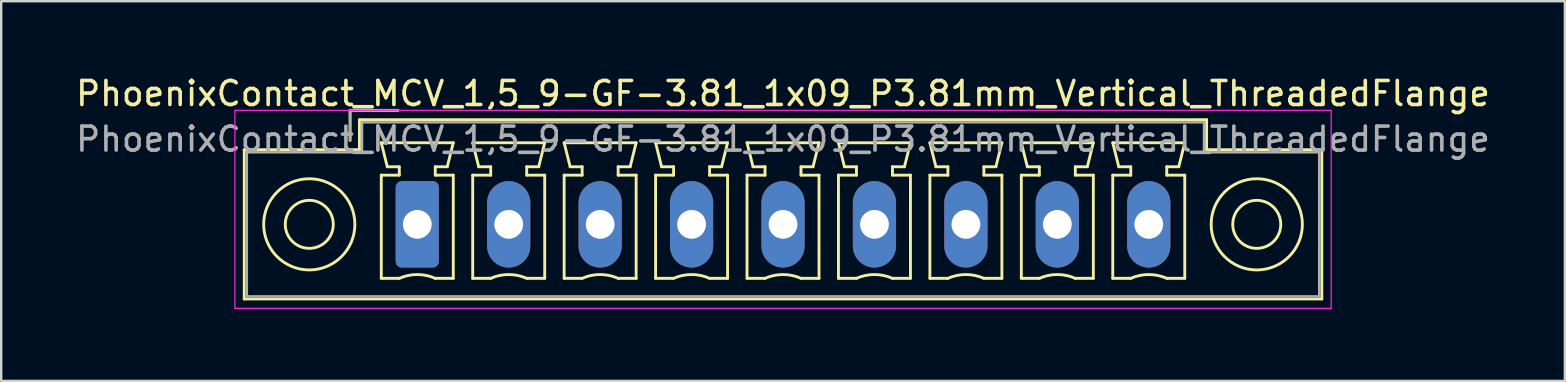
<source format=kicad_pcb>
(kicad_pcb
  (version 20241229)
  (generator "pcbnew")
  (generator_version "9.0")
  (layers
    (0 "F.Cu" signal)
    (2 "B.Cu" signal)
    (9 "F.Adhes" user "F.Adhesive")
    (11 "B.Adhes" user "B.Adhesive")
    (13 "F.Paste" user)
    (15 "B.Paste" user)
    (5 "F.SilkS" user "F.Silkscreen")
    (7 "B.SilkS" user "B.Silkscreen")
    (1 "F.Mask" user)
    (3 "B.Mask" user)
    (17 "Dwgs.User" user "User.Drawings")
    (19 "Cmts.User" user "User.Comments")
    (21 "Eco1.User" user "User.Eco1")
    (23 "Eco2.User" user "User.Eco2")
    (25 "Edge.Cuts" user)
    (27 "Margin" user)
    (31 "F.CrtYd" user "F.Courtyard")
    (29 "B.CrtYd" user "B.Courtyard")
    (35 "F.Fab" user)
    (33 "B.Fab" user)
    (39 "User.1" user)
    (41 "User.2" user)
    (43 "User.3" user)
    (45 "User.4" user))
  (footprint "PhoenixContact_MCV_1,5_9-GF-3.81_1x09_P3.81mm_Vertical_ThreadedFlange"
    (layer "F.Cu")
    (at 14.337 6.298)
    (property "Reference" "PhoenixContact_MCV_1,5_9-GF-3.81_1x09_P3.81mm_Vertical_ThreadedFlange" (at 15.24 -5.45 0) (layer "F.SilkS") (effects (font (size 1 1) (thickness 0.15))))
    (attr through_hole)
    (fp_line (start -7.21 -3.11) (end -7.21 3.11) (stroke (width 0.12) (type solid)) (layer "F.SilkS"))
    (fp_line (start -7.21 3.11) (end 37.69 3.11) (stroke (width 0.12) (type solid)) (layer "F.SilkS"))
    (fp_line (start -2.8 -4.75) (end -0.8 -4.75) (stroke (width 0.12) (type solid)) (layer "F.SilkS"))
    (fp_line (start -2.8 -3.5) (end -2.8 -4.75) (stroke (width 0.12) (type solid)) (layer "F.SilkS"))
    (fp_line (start -2.41 -4.36) (end -2.41 -3.11) (stroke (width 0.12) (type solid)) (layer "F.SilkS"))
    (fp_line (start -2.41 -3.11) (end -7.21 -3.11) (stroke (width 0.12) (type solid)) (layer "F.SilkS"))
    (fp_line (start -1.5 -3.4) (end 1.5 -3.4) (stroke (width 0.12) (type solid)) (layer "F.SilkS"))
    (fp_line (start -1.5 -2.05) (end -0.75 -2.05) (stroke (width 0.12) (type solid)) (layer "F.SilkS"))
    (fp_line (start -1.5 2.25) (end -1.5 -2.05) (stroke (width 0.12) (type solid)) (layer "F.SilkS"))
    (fp_line (start -1.25 -2.4) (end -1.5 -3.4) (stroke (width 0.12) (type solid)) (layer "F.SilkS"))
    (fp_line (start -0.75 -2.4) (end -1.25 -2.4) (stroke (width 0.12) (type solid)) (layer "F.SilkS"))
    (fp_line (start -0.75 -2.05) (end -0.75 -2.4) (stroke (width 0.12) (type solid)) (layer "F.SilkS"))
    (fp_line (start -0.75 2.25) (end -1.5 2.25) (stroke (width 0.12) (type solid)) (layer "F.SilkS"))
    (fp_line (start 0.75 -2.4) (end 0.75 -2.05) (stroke (width 0.12) (type solid)) (layer "F.SilkS"))
    (fp_line (start 0.75 -2.05) (end 1.5 -2.05) (stroke (width 0.12) (type solid)) (layer "F.SilkS"))
    (fp_line (start 1.25 -2.4) (end 0.75 -2.4) (stroke (width 0.12) (type solid)) (layer "F.SilkS"))
    (fp_line (start 1.5 -3.4) (end 1.25 -2.4) (stroke (width 0.12) (type solid)) (layer "F.SilkS"))
    (fp_line (start 1.5 -2.05) (end 1.5 2.25) (stroke (width 0.12) (type solid)) (layer "F.SilkS"))
    (fp_line (start 1.5 2.25) (end 0.75 2.25) (stroke (width 0.12) (type solid)) (layer "F.SilkS"))
    (fp_line (start 2.31 -3.4) (end 5.31 -3.4) (stroke (width 0.12) (type solid)) (layer "F.SilkS"))
    (fp_line (start 2.31 -2.05) (end 3.06 -2.05) (stroke (width 0.12) (type solid)) (layer "F.SilkS"))
    (fp_line (start 2.31 2.25) (end 2.31 -2.05) (stroke (width 0.12) (type solid)) (layer "F.SilkS"))
    (fp_line (start 2.56 -2.4) (end 2.31 -3.4) (stroke (width 0.12) (type solid)) (layer "F.SilkS"))
    (fp_line (start 3.06 -2.4) (end 2.56 -2.4) (stroke (width 0.12) (type solid)) (layer "F.SilkS"))
    (fp_line (start 3.06 -2.05) (end 3.06 -2.4) (stroke (width 0.12) (type solid)) (layer "F.SilkS"))
    (fp_line (start 3.06 2.25) (end 2.31 2.25) (stroke (width 0.12) (type solid)) (layer "F.SilkS"))
    (fp_line (start 4.56 -2.4) (end 4.56 -2.05) (stroke (width 0.12) (type solid)) (layer "F.SilkS"))
    (fp_line (start 4.56 -2.05) (end 5.31 -2.05) (stroke (width 0.12) (type solid)) (layer "F.SilkS"))
    (fp_line (start 5.06 -2.4) (end 4.56 -2.4) (stroke (width 0.12) (type solid)) (layer "F.SilkS"))
    (fp_line (start 5.31 -3.4) (end 5.06 -2.4) (stroke (width 0.12) (type solid)) (layer "F.SilkS"))
    (fp_line (start 5.31 -2.05) (end 5.31 2.25) (stroke (width 0.12) (type solid)) (layer "F.SilkS"))
    (fp_line (start 5.31 2.25) (end 4.56 2.25) (stroke (width 0.12) (type solid)) (layer "F.SilkS"))
    (fp_line (start 6.12 -3.4) (end 9.12 -3.4) (stroke (width 0.12) (type solid)) (layer "F.SilkS"))
    (fp_line (start 6.12 -2.05) (end 6.87 -2.05) (stroke (width 0.12) (type solid)) (layer "F.SilkS"))
    (fp_line (start 6.12 2.25) (end 6.12 -2.05) (stroke (width 0.12) (type solid)) (layer "F.SilkS"))
    (fp_line (start 6.37 -2.4) (end 6.12 -3.4) (stroke (width 0.12) (type solid)) (layer "F.SilkS"))
    (fp_line (start 6.87 -2.4) (end 6.37 -2.4) (stroke (width 0.12) (type solid)) (layer "F.SilkS"))
    (fp_line (start 6.87 -2.05) (end 6.87 -2.4) (stroke (width 0.12) (type solid)) (layer "F.SilkS"))
    (fp_line (start 6.87 2.25) (end 6.12 2.25) (stroke (width 0.12) (type solid)) (layer "F.SilkS"))
    (fp_line (start 8.37 -2.4) (end 8.37 -2.05) (stroke (width 0.12) (type solid)) (layer "F.SilkS"))
    (fp_line (start 8.37 -2.05) (end 9.12 -2.05) (stroke (width 0.12) (type solid)) (layer "F.SilkS"))
    (fp_line (start 8.87 -2.4) (end 8.37 -2.4) (stroke (width 0.12) (type solid)) (layer "F.SilkS"))
    (fp_line (start 9.12 -3.4) (end 8.87 -2.4) (stroke (width 0.12) (type solid)) (layer "F.SilkS"))
    (fp_line (start 9.12 -2.05) (end 9.12 2.25) (stroke (width 0.12) (type solid)) (layer "F.SilkS"))
    (fp_line (start 9.12 2.25) (end 8.37 2.25) (stroke (width 0.12) (type solid)) (layer "F.SilkS"))
    (fp_line (start 9.93 -3.4) (end 12.93 -3.4) (stroke (width 0.12) (type solid)) (layer "F.SilkS"))
    (fp_line (start 9.93 -2.05) (end 10.68 -2.05) (stroke (width 0.12) (type solid)) (layer "F.SilkS"))
    (fp_line (start 9.93 2.25) (end 9.93 -2.05) (stroke (width 0.12) (type solid)) (layer "F.SilkS"))
    (fp_line (start 10.18 -2.4) (end 9.93 -3.4) (stroke (width 0.12) (type solid)) (layer "F.SilkS"))
    (fp_line (start 10.68 -2.4) (end 10.18 -2.4) (stroke (width 0.12) (type solid)) (layer "F.SilkS"))
    (fp_line (start 10.68 -2.05) (end 10.68 -2.4) (stroke (width 0.12) (type solid)) (layer "F.SilkS"))
    (fp_line (start 10.68 2.25) (end 9.93 2.25) (stroke (width 0.12) (type solid)) (layer "F.SilkS"))
    (fp_line (start 12.18 -2.4) (end 12.18 -2.05) (stroke (width 0.12) (type solid)) (layer "F.SilkS"))
    (fp_line (start 12.18 -2.05) (end 12.93 -2.05) (stroke (width 0.12) (type solid)) (layer "F.SilkS"))
    (fp_line (start 12.68 -2.4) (end 12.18 -2.4) (stroke (width 0.12) (type solid)) (layer "F.SilkS"))
    (fp_line (start 12.93 -3.4) (end 12.68 -2.4) (stroke (width 0.12) (type solid)) (layer "F.SilkS"))
    (fp_line (start 12.93 -2.05) (end 12.93 2.25) (stroke (width 0.12) (type solid)) (layer "F.SilkS"))
    (fp_line (start 12.93 2.25) (end 12.18 2.25) (stroke (width 0.12) (type solid)) (layer "F.SilkS"))
    (fp_line (start 13.74 -3.4) (end 16.74 -3.4) (stroke (width 0.12) (type solid)) (layer "F.SilkS"))
    (fp_line (start 13.74 -2.05) (end 14.49 -2.05) (stroke (width 0.12) (type solid)) (layer "F.SilkS"))
    (fp_line (start 13.74 2.25) (end 13.74 -2.05) (stroke (width 0.12) (type solid)) (layer "F.SilkS"))
    (fp_line (start 13.99 -2.4) (end 13.74 -3.4) (stroke (width 0.12) (type solid)) (layer "F.SilkS"))
    (fp_line (start 14.49 -2.4) (end 13.99 -2.4) (stroke (width 0.12) (type solid)) (layer "F.SilkS"))
    (fp_line (start 14.49 -2.05) (end 14.49 -2.4) (stroke (width 0.12) (type solid)) (layer "F.SilkS"))
    (fp_line (start 14.49 2.25) (end 13.74 2.25) (stroke (width 0.12) (type solid)) (layer "F.SilkS"))
    (fp_line (start 15.99 -2.4) (end 15.99 -2.05) (stroke (width 0.12) (type solid)) (layer "F.SilkS"))
    (fp_line (start 15.99 -2.05) (end 16.74 -2.05) (stroke (width 0.12) (type solid)) (layer "F.SilkS"))
    (fp_line (start 16.49 -2.4) (end 15.99 -2.4) (stroke (width 0.12) (type solid)) (layer "F.SilkS"))
    (fp_line (start 16.74 -3.4) (end 16.49 -2.4) (stroke (width 0.12) (type solid)) (layer "F.SilkS"))
    (fp_line (start 16.74 -2.05) (end 16.74 2.25) (stroke (width 0.12) (type solid)) (layer "F.SilkS"))
    (fp_line (start 16.74 2.25) (end 15.99 2.25) (stroke (width 0.12) (type solid)) (layer "F.SilkS"))
    (fp_line (start 17.55 -3.4) (end 20.55 -3.4) (stroke (width 0.12) (type solid)) (layer "F.SilkS"))
    (fp_line (start 17.55 -2.05) (end 18.3 -2.05) (stroke (width 0.12) (type solid)) (layer "F.SilkS"))
    (fp_line (start 17.55 2.25) (end 17.55 -2.05) (stroke (width 0.12) (type solid)) (layer "F.SilkS"))
    (fp_line (start 17.8 -2.4) (end 17.55 -3.4) (stroke (width 0.12) (type solid)) (layer "F.SilkS"))
    (fp_line (start 18.3 -2.4) (end 17.8 -2.4) (stroke (width 0.12) (type solid)) (layer "F.SilkS"))
    (fp_line (start 18.3 -2.05) (end 18.3 -2.4) (stroke (width 0.12) (type solid)) (layer "F.SilkS"))
    (fp_line (start 18.3 2.25) (end 17.55 2.25) (stroke (width 0.12) (type solid)) (layer "F.SilkS"))
    (fp_line (start 19.8 -2.4) (end 19.8 -2.05) (stroke (width 0.12) (type solid)) (layer "F.SilkS"))
    (fp_line (start 19.8 -2.05) (end 20.55 -2.05) (stroke (width 0.12) (type solid)) (layer "F.SilkS"))
    (fp_line (start 20.3 -2.4) (end 19.8 -2.4) (stroke (width 0.12) (type solid)) (layer "F.SilkS"))
    (fp_line (start 20.55 -3.4) (end 20.3 -2.4) (stroke (width 0.12) (type solid)) (layer "F.SilkS"))
    (fp_line (start 20.55 -2.05) (end 20.55 2.25) (stroke (width 0.12) (type solid)) (layer "F.SilkS"))
    (fp_line (start 20.55 2.25) (end 19.8 2.25) (stroke (width 0.12) (type solid)) (layer "F.SilkS"))
    (fp_line (start 21.36 -3.4) (end 24.36 -3.4) (stroke (width 0.12) (type solid)) (layer "F.SilkS"))
    (fp_line (start 21.36 -2.05) (end 22.11 -2.05) (stroke (width 0.12) (type solid)) (layer "F.SilkS"))
    (fp_line (start 21.36 2.25) (end 21.36 -2.05) (stroke (width 0.12) (type solid)) (layer "F.SilkS"))
    (fp_line (start 21.61 -2.4) (end 21.36 -3.4) (stroke (width 0.12) (type solid)) (layer "F.SilkS"))
    (fp_line (start 22.11 -2.4) (end 21.61 -2.4) (stroke (width 0.12) (type solid)) (layer "F.SilkS"))
    (fp_line (start 22.11 -2.05) (end 22.11 -2.4) (stroke (width 0.12) (type solid)) (layer "F.SilkS"))
    (fp_line (start 22.11 2.25) (end 21.36 2.25) (stroke (width 0.12) (type solid)) (layer "F.SilkS"))
    (fp_line (start 23.61 -2.4) (end 23.61 -2.05) (stroke (width 0.12) (type solid)) (layer "F.SilkS"))
    (fp_line (start 23.61 -2.05) (end 24.36 -2.05) (stroke (width 0.12) (type solid)) (layer "F.SilkS"))
    (fp_line (start 24.11 -2.4) (end 23.61 -2.4) (stroke (width 0.12) (type solid)) (layer "F.SilkS"))
    (fp_line (start 24.36 -3.4) (end 24.11 -2.4) (stroke (width 0.12) (type solid)) (layer "F.SilkS"))
    (fp_line (start 24.36 -2.05) (end 24.36 2.25) (stroke (width 0.12) (type solid)) (layer "F.SilkS"))
    (fp_line (start 24.36 2.25) (end 23.61 2.25) (stroke (width 0.12) (type solid)) (layer "F.SilkS"))
    (fp_line (start 25.17 -3.4) (end 28.17 -3.4) (stroke (width 0.12) (type solid)) (layer "F.SilkS"))
    (fp_line (start 25.17 -2.05) (end 25.92 -2.05) (stroke (width 0.12) (type solid)) (layer "F.SilkS"))
    (fp_line (start 25.17 2.25) (end 25.17 -2.05) (stroke (width 0.12) (type solid)) (layer "F.SilkS"))
    (fp_line (start 25.42 -2.4) (end 25.17 -3.4) (stroke (width 0.12) (type solid)) (layer "F.SilkS"))
    (fp_line (start 25.92 -2.4) (end 25.42 -2.4) (stroke (width 0.12) (type solid)) (layer "F.SilkS"))
    (fp_line (start 25.92 -2.05) (end 25.92 -2.4) (stroke (width 0.12) (type solid)) (layer "F.SilkS"))
    (fp_line (start 25.92 2.25) (end 25.17 2.25) (stroke (width 0.12) (type solid)) (layer "F.SilkS"))
    (fp_line (start 27.42 -2.4) (end 27.42 -2.05) (stroke (width 0.12) (type solid)) (layer "F.SilkS"))
    (fp_line (start 27.42 -2.05) (end 28.17 -2.05) (stroke (width 0.12) (type solid)) (layer "F.SilkS"))
    (fp_line (start 27.92 -2.4) (end 27.42 -2.4) (stroke (width 0.12) (type solid)) (layer "F.SilkS"))
    (fp_line (start 28.17 -3.4) (end 27.92 -2.4) (stroke (width 0.12) (type solid)) (layer "F.SilkS"))
    (fp_line (start 28.17 -2.05) (end 28.17 2.25) (stroke (width 0.12) (type solid)) (layer "F.SilkS"))
    (fp_line (start 28.17 2.25) (end 27.42 2.25) (stroke (width 0.12) (type solid)) (layer "F.SilkS"))
    (fp_line (start 28.98 -3.4) (end 31.98 -3.4) (stroke (width 0.12) (type solid)) (layer "F.SilkS"))
    (fp_line (start 28.98 -2.05) (end 29.73 -2.05) (stroke (width 0.12) (type solid)) (layer "F.SilkS"))
    (fp_line (start 28.98 2.25) (end 28.98 -2.05) (stroke (width 0.12) (type solid)) (layer "F.SilkS"))
    (fp_line (start 29.23 -2.4) (end 28.98 -3.4) (stroke (width 0.12) (type solid)) (layer "F.SilkS"))
    (fp_line (start 29.73 -2.4) (end 29.23 -2.4) (stroke (width 0.12) (type solid)) (layer "F.SilkS"))
    (fp_line (start 29.73 -2.05) (end 29.73 -2.4) (stroke (width 0.12) (type solid)) (layer "F.SilkS"))
    (fp_line (start 29.73 2.25) (end 28.98 2.25) (stroke (width 0.12) (type solid)) (layer "F.SilkS"))
    (fp_line (start 31.23 -2.4) (end 31.23 -2.05) (stroke (width 0.12) (type solid)) (layer "F.SilkS"))
    (fp_line (start 31.23 -2.05) (end 31.98 -2.05) (stroke (width 0.12) (type solid)) (layer "F.SilkS"))
    (fp_line (start 31.73 -2.4) (end 31.23 -2.4) (stroke (width 0.12) (type solid)) (layer "F.SilkS"))
    (fp_line (start 31.98 -3.4) (end 31.73 -2.4) (stroke (width 0.12) (type solid)) (layer "F.SilkS"))
    (fp_line (start 31.98 -2.05) (end 31.98 2.25) (stroke (width 0.12) (type solid)) (layer "F.SilkS"))
    (fp_line (start 31.98 2.25) (end 31.23 2.25) (stroke (width 0.12) (type solid)) (layer "F.SilkS"))
    (fp_line (start 32.89 -4.36) (end -2.41 -4.36) (stroke (width 0.12) (type solid)) (layer "F.SilkS"))
    (fp_line (start 32.89 -3.11) (end 32.89 -4.36) (stroke (width 0.12) (type solid)) (layer "F.SilkS"))
    (fp_line (start 37.69 -3.11) (end 32.89 -3.11) (stroke (width 0.12) (type solid)) (layer "F.SilkS"))
    (fp_line (start 37.69 3.11) (end 37.69 -3.11) (stroke (width 0.12) (type solid)) (layer "F.SilkS"))
    (fp_arc (start -0.75 2.25) (mid -0.000193 2.09191) (end 0.749647 2.249844) (stroke (width 0.12) (type solid)) (layer "F.SilkS"))
    (fp_arc (start 3.06 2.25) (mid 3.809807 2.09191) (end 4.559647 2.249844) (stroke (width 0.12) (type solid)) (layer "F.SilkS"))
    (fp_arc (start 6.87 2.25) (mid 7.619807 2.09191) (end 8.369647 2.249844) (stroke (width 0.12) (type solid)) (layer "F.SilkS"))
    (fp_arc (start 10.68 2.25) (mid 11.429807 2.09191) (end 12.179647 2.249844) (stroke (width 0.12) (type solid)) (layer "F.SilkS"))
    (fp_arc (start 14.49 2.25) (mid 15.239807 2.09191) (end 15.989647 2.249844) (stroke (width 0.12) (type solid)) (layer "F.SilkS"))
    (fp_arc (start 18.3 2.25) (mid 19.049807 2.09191) (end 19.799647 2.249844) (stroke (width 0.12) (type solid)) (layer "F.SilkS"))
    (fp_arc (start 22.11 2.25) (mid 22.859807 2.09191) (end 23.609647 2.249844) (stroke (width 0.12) (type solid)) (layer "F.SilkS"))
    (fp_arc (start 25.92 2.25) (mid 26.669807 2.09191) (end 27.419647 2.249844) (stroke (width 0.12) (type solid)) (layer "F.SilkS"))
    (fp_arc (start 29.73 2.25) (mid 30.479807 2.09191) (end 31.229647 2.249844) (stroke (width 0.12) (type solid)) (layer "F.SilkS"))
    (fp_circle (center -4.5 0) (end -3.5 0) (stroke (width 0.12) (type solid)) (fill no) (layer "F.SilkS"))
    (fp_circle (center -4.5 0) (end -2.6 0) (stroke (width 0.12) (type solid)) (fill no) (layer "F.SilkS"))
    (fp_circle (center 34.98 0) (end 35.98 0) (stroke (width 0.12) (type solid)) (fill no) (layer "F.SilkS"))
    (fp_circle (center 34.98 0) (end 36.88 0) (stroke (width 0.12) (type solid)) (fill no) (layer "F.SilkS"))
    (fp_line (start -7.6 -4.75) (end -7.6 3.5) (stroke (width 0.05) (type solid)) (layer "F.CrtYd"))
    (fp_line (start -7.6 3.5) (end 38.08 3.5) (stroke (width 0.05) (type solid)) (layer "F.CrtYd"))
    (fp_line (start 38.08 -4.75) (end -7.6 -4.75) (stroke (width 0.05) (type solid)) (layer "F.CrtYd"))
    (fp_line (start 38.08 3.5) (end 38.08 -4.75) (stroke (width 0.05) (type solid)) (layer "F.CrtYd"))
    (fp_line (start -7.1 -3) (end -7.1 3) (stroke (width 0.1) (type solid)) (layer "F.Fab"))
    (fp_line (start -7.1 3) (end 37.58 3) (stroke (width 0.1) (type solid)) (layer "F.Fab"))
    (fp_line (start -2.8 -4.75) (end -0.8 -4.75) (stroke (width 0.1) (type solid)) (layer "F.Fab"))
    (fp_line (start -2.8 -3.5) (end -2.8 -4.75) (stroke (width 0.1) (type solid)) (layer "F.Fab"))
    (fp_line (start -2.3 -4.25) (end -2.3 -3) (stroke (width 0.1) (type solid)) (layer "F.Fab"))
    (fp_line (start -2.3 -3) (end -7.1 -3) (stroke (width 0.1) (type solid)) (layer "F.Fab"))
    (fp_line (start 32.78 -4.25) (end -2.3 -4.25) (stroke (width 0.1) (type solid)) (layer "F.Fab"))
    (fp_line (start 32.78 -3) (end 32.78 -4.25) (stroke (width 0.1) (type solid)) (layer "F.Fab"))
    (fp_line (start 37.58 -3) (end 32.78 -3) (stroke (width 0.1) (type solid)) (layer "F.Fab"))
    (fp_line (start 37.58 3) (end 37.58 -3) (stroke (width 0.1) (type solid)) (layer "F.Fab"))
    (fp_text user "${REFERENCE}" (at 15.24 -3.55 0) (layer "F.Fab") (effects (font (size 1 1) (thickness 0.15))))
    (pad "1" thru_hole roundrect (at 0 0) (size 1.8 3.6) (drill 1.2) (layers "*.Cu" "*.Mask") (roundrect_rratio 0.139))
    (pad "2" thru_hole oval (at 3.81 0) (size 1.8 3.6) (drill 1.2) (layers "*.Cu" "*.Mask"))
    (pad "3" thru_hole oval (at 7.62 0) (size 1.8 3.6) (drill 1.2) (layers "*.Cu" "*.Mask"))
    (pad "4" thru_hole oval (at 11.43 0) (size 1.8 3.6) (drill 1.2) (layers "*.Cu" "*.Mask"))
    (pad "5" thru_hole oval (at 15.24 0) (size 1.8 3.6) (drill 1.2) (layers "*.Cu" "*.Mask"))
    (pad "6" thru_hole oval (at 19.05 0) (size 1.8 3.6) (drill 1.2) (layers "*.Cu" "*.Mask"))
    (pad "7" thru_hole oval (at 22.86 0) (size 1.8 3.6) (drill 1.2) (layers "*.Cu" "*.Mask"))
    (pad "8" thru_hole oval (at 26.67 0) (size 1.8 3.6) (drill 1.2) (layers "*.Cu" "*.Mask"))
    (pad "9" thru_hole oval (at 30.48 0) (size 1.8 3.6) (drill 1.2) (layers "*.Cu" "*.Mask")))
  (gr_rect
    (start -3 -3)
    (end 62.155 12.823)
    (stroke (width 0.1) (type default))
    (fill no)
    (layer "Edge.Cuts")))
</source>
